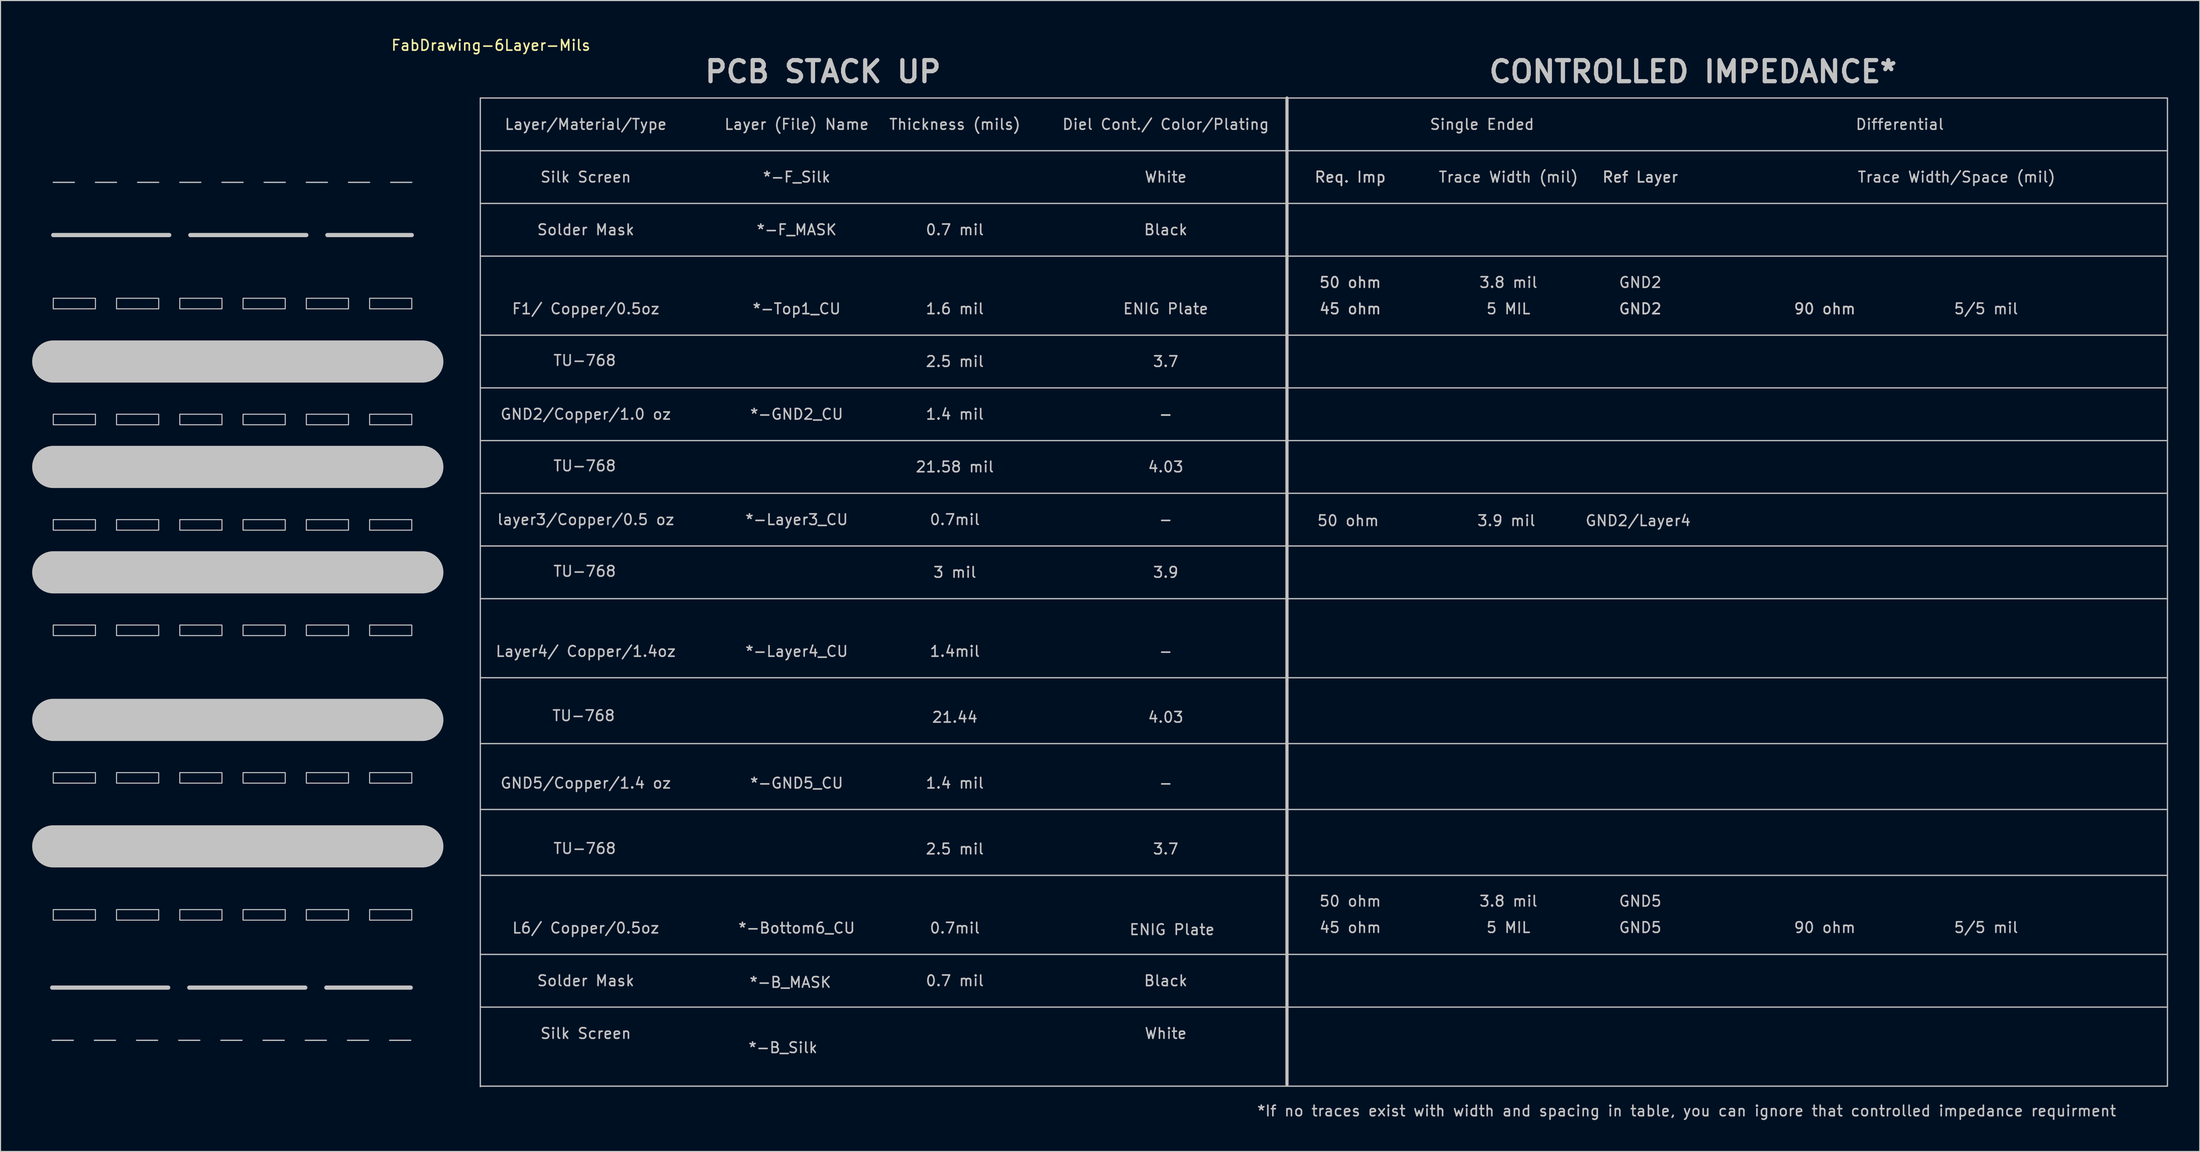
<source format=kicad_pcb>
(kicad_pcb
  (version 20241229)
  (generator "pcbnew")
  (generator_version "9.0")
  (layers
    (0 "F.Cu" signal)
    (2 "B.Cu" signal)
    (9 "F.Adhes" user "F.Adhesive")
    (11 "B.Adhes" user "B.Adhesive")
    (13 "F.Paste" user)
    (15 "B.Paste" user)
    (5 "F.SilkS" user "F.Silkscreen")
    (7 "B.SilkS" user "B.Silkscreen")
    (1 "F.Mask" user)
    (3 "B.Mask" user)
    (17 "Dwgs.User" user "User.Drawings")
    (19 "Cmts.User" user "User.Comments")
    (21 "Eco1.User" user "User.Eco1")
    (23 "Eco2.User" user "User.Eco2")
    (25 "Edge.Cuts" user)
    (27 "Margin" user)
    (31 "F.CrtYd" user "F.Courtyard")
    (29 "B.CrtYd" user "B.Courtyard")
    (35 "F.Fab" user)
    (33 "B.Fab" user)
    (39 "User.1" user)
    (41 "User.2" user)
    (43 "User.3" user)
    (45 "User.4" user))
  (footprint "FabDrawing-6Layer-Mils"
    (layer "F.Cu")
    (at 41 0.25)
    (property "Reference" "FabDrawing-6Layer-Mils" (at 2.5 1 0) (layer "F.SilkS") (effects (font (size 1 1) (thickness 0.15))))
    (attr exclude_from_pos_files exclude_from_bom)
    (fp_line (start -39.1 90.4) (end -28.1 90.4) (stroke (width 0.4) (type solid)) (layer "Dwgs.User"))
    (fp_line (start -39 19) (end -28 19) (stroke (width 0.4) (type solid)) (layer "Dwgs.User"))
    (fp_line (start -37.1 95.4) (end -39.1 95.4) (stroke (width 0.12) (type solid)) (layer "Dwgs.User"))
    (fp_line (start -37 14) (end -39 14) (stroke (width 0.12) (type solid)) (layer "Dwgs.User"))
    (fp_line (start -33.1 95.4) (end -35.1 95.4) (stroke (width 0.12) (type solid)) (layer "Dwgs.User"))
    (fp_line (start -33 14) (end -35 14) (stroke (width 0.12) (type solid)) (layer "Dwgs.User"))
    (fp_line (start -29.1 95.4) (end -31.1 95.4) (stroke (width 0.12) (type solid)) (layer "Dwgs.User"))
    (fp_line (start -29 14) (end -31 14) (stroke (width 0.12) (type solid)) (layer "Dwgs.User"))
    (fp_line (start -26.1 90.4) (end -15.1 90.4) (stroke (width 0.4) (type solid)) (layer "Dwgs.User"))
    (fp_line (start -26 19) (end -15 19) (stroke (width 0.4) (type solid)) (layer "Dwgs.User"))
    (fp_line (start -25.1 95.4) (end -27.1 95.4) (stroke (width 0.12) (type solid)) (layer "Dwgs.User"))
    (fp_line (start -25 14) (end -27 14) (stroke (width 0.12) (type solid)) (layer "Dwgs.User"))
    (fp_line (start -21.1 95.4) (end -23.1 95.4) (stroke (width 0.12) (type solid)) (layer "Dwgs.User"))
    (fp_line (start -21 14) (end -23 14) (stroke (width 0.12) (type solid)) (layer "Dwgs.User"))
    (fp_line (start -17.1 95.4) (end -19.1 95.4) (stroke (width 0.12) (type solid)) (layer "Dwgs.User"))
    (fp_line (start -17 14) (end -19 14) (stroke (width 0.12) (type solid)) (layer "Dwgs.User"))
    (fp_line (start -13.1 90.4) (end -5.1 90.4) (stroke (width 0.4) (type solid)) (layer "Dwgs.User"))
    (fp_line (start -13.1 95.4) (end -15.1 95.4) (stroke (width 0.12) (type solid)) (layer "Dwgs.User"))
    (fp_line (start -13 14) (end -15 14) (stroke (width 0.12) (type solid)) (layer "Dwgs.User"))
    (fp_line (start -13 19) (end -5 19) (stroke (width 0.4) (type solid)) (layer "Dwgs.User"))
    (fp_line (start -9.1 95.4) (end -11.1 95.4) (stroke (width 0.12) (type solid)) (layer "Dwgs.User"))
    (fp_line (start -9 14) (end -11 14) (stroke (width 0.12) (type solid)) (layer "Dwgs.User"))
    (fp_line (start -5.1 95.4) (end -7.1 95.4) (stroke (width 0.12) (type solid)) (layer "Dwgs.User"))
    (fp_line (start -5 14) (end -7 14) (stroke (width 0.12) (type solid)) (layer "Dwgs.User"))
    (fp_line (start -4 31) (end -39 31) (stroke (width 4) (type solid)) (layer "Dwgs.User"))
    (fp_line (start -4 41) (end -39 41) (stroke (width 4) (type solid)) (layer "Dwgs.User"))
    (fp_line (start -4 51) (end -39 51) (stroke (width 4) (type solid)) (layer "Dwgs.User"))
    (fp_line (start -4 65) (end -39 65) (stroke (width 4) (type solid)) (layer "Dwgs.User"))
    (fp_line (start -4 77) (end -39 77) (stroke (width 4) (type solid)) (layer "Dwgs.User"))
    (fp_line (start 1.5 6) (end 1.5 99.8) (stroke (width 0.12) (type solid)) (layer "Dwgs.User"))
    (fp_line (start 1.5 6) (end 161.5 6) (stroke (width 0.12) (type solid)) (layer "Dwgs.User"))
    (fp_line (start 1.5 11) (end 161.5 11) (stroke (width 0.12) (type solid)) (layer "Dwgs.User"))
    (fp_line (start 1.5 16) (end 161.5 16) (stroke (width 0.12) (type solid)) (layer "Dwgs.User"))
    (fp_line (start 1.5 21) (end 161.5 21) (stroke (width 0.12) (type solid)) (layer "Dwgs.User"))
    (fp_line (start 1.5 28.5) (end 161.5 28.5) (stroke (width 0.12) (type solid)) (layer "Dwgs.User"))
    (fp_line (start 1.5 33.5) (end 161.5 33.5) (stroke (width 0.12) (type solid)) (layer "Dwgs.User"))
    (fp_line (start 1.5 38.5) (end 161.5 38.5) (stroke (width 0.12) (type solid)) (layer "Dwgs.User"))
    (fp_line (start 1.5 43.5) (end 161.5 43.5) (stroke (width 0.12) (type solid)) (layer "Dwgs.User"))
    (fp_line (start 1.5 48.5) (end 161.5 48.5) (stroke (width 0.12) (type solid)) (layer "Dwgs.User"))
    (fp_line (start 1.5 53.5) (end 161.5 53.5) (stroke (width 0.12) (type solid)) (layer "Dwgs.User"))
    (fp_line (start 1.5 61) (end 161.5 61) (stroke (width 0.12) (type solid)) (layer "Dwgs.User"))
    (fp_line (start 1.5 67.25) (end 161.5 67.25) (stroke (width 0.12) (type solid)) (layer "Dwgs.User"))
    (fp_line (start 1.5 73.5) (end 161.5 73.5) (stroke (width 0.12) (type solid)) (layer "Dwgs.User"))
    (fp_line (start 1.5 79.75) (end 161.5 79.75) (stroke (width 0.12) (type solid)) (layer "Dwgs.User"))
    (fp_line (start 1.5 87.25) (end 161.5 87.25) (stroke (width 0.12) (type solid)) (layer "Dwgs.User"))
    (fp_line (start 1.5 92.25) (end 161.5 92.25) (stroke (width 0.12) (type solid)) (layer "Dwgs.User"))
    (fp_line (start 1.5 99.75) (end 161.5 99.75) (stroke (width 0.12) (type solid)) (layer "Dwgs.User"))
    (fp_line (start 78 6) (end 78 99.6) (stroke (width 0.3) (type solid)) (layer "Dwgs.User"))
    (fp_line (start 161.5 6) (end 161.5 99.7) (stroke (width 0.12) (type solid)) (layer "Dwgs.User"))
    (fp_poly (pts (xy -35 26) (xy -39 26) (xy -39 25) (xy -35 25)) (stroke (width 0.1) (type solid)) (fill no) (layer "Dwgs.User"))
    (fp_poly (pts (xy -35 37) (xy -39 37) (xy -39 36) (xy -35 36)) (stroke (width 0.1) (type solid)) (fill no) (layer "Dwgs.User"))
    (fp_poly (pts (xy -35 47) (xy -39 47) (xy -39 46) (xy -35 46)) (stroke (width 0.1) (type solid)) (fill no) (layer "Dwgs.User"))
    (fp_poly (pts (xy -35 57) (xy -39 57) (xy -39 56) (xy -35 56)) (stroke (width 0.1) (type solid)) (fill no) (layer "Dwgs.User"))
    (fp_poly (pts (xy -35 71) (xy -39 71) (xy -39 70) (xy -35 70)) (stroke (width 0.1) (type solid)) (fill no) (layer "Dwgs.User"))
    (fp_poly (pts (xy -35 84) (xy -39 84) (xy -39 83) (xy -35 83)) (stroke (width 0.1) (type solid)) (fill no) (layer "Dwgs.User"))
    (fp_poly (pts (xy -29 26) (xy -33 26) (xy -33 25) (xy -29 25)) (stroke (width 0.1) (type solid)) (fill no) (layer "Dwgs.User"))
    (fp_poly (pts (xy -29 37) (xy -33 37) (xy -33 36) (xy -29 36)) (stroke (width 0.1) (type solid)) (fill no) (layer "Dwgs.User"))
    (fp_poly (pts (xy -29 47) (xy -33 47) (xy -33 46) (xy -29 46)) (stroke (width 0.1) (type solid)) (fill no) (layer "Dwgs.User"))
    (fp_poly (pts (xy -29 57) (xy -33 57) (xy -33 56) (xy -29 56)) (stroke (width 0.1) (type solid)) (fill no) (layer "Dwgs.User"))
    (fp_poly (pts (xy -29 71) (xy -33 71) (xy -33 70) (xy -29 70)) (stroke (width 0.1) (type solid)) (fill no) (layer "Dwgs.User"))
    (fp_poly (pts (xy -29 84) (xy -33 84) (xy -33 83) (xy -29 83)) (stroke (width 0.1) (type solid)) (fill no) (layer "Dwgs.User"))
    (fp_poly (pts (xy -23 26) (xy -27 26) (xy -27 25) (xy -23 25)) (stroke (width 0.1) (type solid)) (fill no) (layer "Dwgs.User"))
    (fp_poly (pts (xy -23 37) (xy -27 37) (xy -27 36) (xy -23 36)) (stroke (width 0.1) (type solid)) (fill no) (layer "Dwgs.User"))
    (fp_poly (pts (xy -23 47) (xy -27 47) (xy -27 46) (xy -23 46)) (stroke (width 0.1) (type solid)) (fill no) (layer "Dwgs.User"))
    (fp_poly (pts (xy -23 57) (xy -27 57) (xy -27 56) (xy -23 56)) (stroke (width 0.1) (type solid)) (fill no) (layer "Dwgs.User"))
    (fp_poly (pts (xy -23 71) (xy -27 71) (xy -27 70) (xy -23 70)) (stroke (width 0.1) (type solid)) (fill no) (layer "Dwgs.User"))
    (fp_poly (pts (xy -23 84) (xy -27 84) (xy -27 83) (xy -23 83)) (stroke (width 0.1) (type solid)) (fill no) (layer "Dwgs.User"))
    (fp_poly (pts (xy -17 26) (xy -21 26) (xy -21 25) (xy -17 25)) (stroke (width 0.1) (type solid)) (fill no) (layer "Dwgs.User"))
    (fp_poly (pts (xy -17 37) (xy -21 37) (xy -21 36) (xy -17 36)) (stroke (width 0.1) (type solid)) (fill no) (layer "Dwgs.User"))
    (fp_poly (pts (xy -17 47) (xy -21 47) (xy -21 46) (xy -17 46)) (stroke (width 0.1) (type solid)) (fill no) (layer "Dwgs.User"))
    (fp_poly (pts (xy -17 57) (xy -21 57) (xy -21 56) (xy -17 56)) (stroke (width 0.1) (type solid)) (fill no) (layer "Dwgs.User"))
    (fp_poly (pts (xy -17 71) (xy -21 71) (xy -21 70) (xy -17 70)) (stroke (width 0.1) (type solid)) (fill no) (layer "Dwgs.User"))
    (fp_poly (pts (xy -17 84) (xy -21 84) (xy -21 83) (xy -17 83)) (stroke (width 0.1) (type solid)) (fill no) (layer "Dwgs.User"))
    (fp_poly (pts (xy -11 26) (xy -15 26) (xy -15 25) (xy -11 25)) (stroke (width 0.1) (type solid)) (fill no) (layer "Dwgs.User"))
    (fp_poly (pts (xy -11 37) (xy -15 37) (xy -15 36) (xy -11 36)) (stroke (width 0.1) (type solid)) (fill no) (layer "Dwgs.User"))
    (fp_poly (pts (xy -11 47) (xy -15 47) (xy -15 46) (xy -11 46)) (stroke (width 0.1) (type solid)) (fill no) (layer "Dwgs.User"))
    (fp_poly (pts (xy -11 57) (xy -15 57) (xy -15 56) (xy -11 56)) (stroke (width 0.1) (type solid)) (fill no) (layer "Dwgs.User"))
    (fp_poly (pts (xy -11 71) (xy -15 71) (xy -15 70) (xy -11 70)) (stroke (width 0.1) (type solid)) (fill no) (layer "Dwgs.User"))
    (fp_poly (pts (xy -11 84) (xy -15 84) (xy -15 83) (xy -11 83)) (stroke (width 0.1) (type solid)) (fill no) (layer "Dwgs.User"))
    (fp_poly (pts (xy -5 26) (xy -9 26) (xy -9 25) (xy -5 25)) (stroke (width 0.1) (type solid)) (fill no) (layer "Dwgs.User"))
    (fp_poly (pts (xy -5 37) (xy -9 37) (xy -9 36) (xy -5 36)) (stroke (width 0.1) (type solid)) (fill no) (layer "Dwgs.User"))
    (fp_poly (pts (xy -5 47) (xy -9 47) (xy -9 46) (xy -5 46)) (stroke (width 0.1) (type solid)) (fill no) (layer "Dwgs.User"))
    (fp_poly (pts (xy -5 57) (xy -9 57) (xy -9 56) (xy -5 56)) (stroke (width 0.1) (type solid)) (fill no) (layer "Dwgs.User"))
    (fp_poly (pts (xy -5 71) (xy -9 71) (xy -9 70) (xy -5 70)) (stroke (width 0.1) (type solid)) (fill no) (layer "Dwgs.User"))
    (fp_poly (pts (xy -5 84) (xy -9 84) (xy -9 83) (xy -5 83)) (stroke (width 0.1) (type solid)) (fill no) (layer "Dwgs.User"))
    (fp_text user "Silk Screen" (at 11.5 13.5 0) (layer "Dwgs.User") (effects (font (size 1 1) (thickness 0.15))))
    (fp_text user "GND5" (at 111.5 84.7 0) (layer "Dwgs.User") (effects (font (size 1 1) (thickness 0.15))))
    (fp_text user "50 ohm" (at 84 82.2 0) (layer "Dwgs.User") (effects (font (size 1 1) (thickness 0.15))))
    (fp_text user "21.44" (at 46.5 64.75 0) (layer "Dwgs.User") (effects (font (size 1 1) (thickness 0.15))))
    (fp_text user "GND2" (at 111.5 23.5 0) (layer "Dwgs.User") (effects (font (size 1 1) (thickness 0.15))))
    (fp_text user "3.8 mil" (at 99 23.5 0) (layer "Dwgs.User") (effects (font (size 1 1) (thickness 0.15))))
    (fp_text user "5 MIL" (at 99 26 0) (layer "Dwgs.User") (effects (font (size 1 1) (thickness 0.15))))
    (fp_text user "GND2/Layer4" (at 111.3 46.1 0) (layer "Dwgs.User") (effects (font (size 1 1) (thickness 0.15))))
    (fp_text user "ENIG Plate" (at 66.5 26 0) (layer "Dwgs.User") (effects (font (size 1 1) (thickness 0.15))))
    (fp_text user "TU-768" (at 11.4 30.9 0) (layer "Dwgs.User") (effects (font (size 1 1) (thickness 0.15))))
    (fp_text user "90 ohm" (at 129 26 0) (layer "Dwgs.User") (effects (font (size 1 1) (thickness 0.15))))
    (fp_text user "L6/ Copper/0.5oz" (at 11.5 84.75 0) (layer "Dwgs.User") (effects (font (size 1 1) (thickness 0.15))))
    (fp_text user "2.5 mil" (at 46.5 77.25 0) (layer "Dwgs.User") (effects (font (size 1 1) (thickness 0.15))))
    (fp_text user "White" (at 66.5 13.5 0) (layer "Dwgs.User") (effects (font (size 1 1) (thickness 0.15))))
    (fp_text user "Thickness (mils)" (at 46.5 8.5 0) (layer "Dwgs.User") (effects (font (size 1 1) (thickness 0.15))))
    (fp_text user "5/5 mil" (at 144.3 84.7 0) (layer "Dwgs.User") (effects (font (size 1 1) (thickness 0.15))))
    (fp_text user "TU-768" (at 11.3 64.6 0) (layer "Dwgs.User") (effects (font (size 1 1) (thickness 0.15))))
    (fp_text user "GND2" (at 111.5 26 0) (layer "Dwgs.User") (effects (font (size 1 1) (thickness 0.15))))
    (fp_text user "*-GND5_CU" (at 31.5 71 0) (layer "Dwgs.User") (effects (font (size 1 1) (thickness 0.15))))
    (fp_text user "45 ohm" (at 84 26 0) (layer "Dwgs.User") (effects (font (size 1 1) (thickness 0.15))))
    (fp_text user "*-GND2_CU" (at 31.5 36 0) (layer "Dwgs.User") (effects (font (size 1 1) (thickness 0.15))))
    (fp_text user "-" (at 66.5 46 0) (layer "Dwgs.User") (effects (font (size 1 1) (thickness 0.15))))
    (fp_text user "1.4 mil" (at 46.5 71 0) (layer "Dwgs.User") (effects (font (size 1 1) (thickness 0.15))))
    (fp_text user "0.7 mil" (at 46.5 89.75 0) (layer "Dwgs.User") (effects (font (size 1 1) (thickness 0.15))))
    (fp_text user "5 MIL" (at 99 84.7 0) (layer "Dwgs.User") (effects (font (size 1 1) (thickness 0.15))))
    (fp_text user "-" (at 66.5 58.5 0) (layer "Dwgs.User") (effects (font (size 1 1) (thickness 0.15))))
    (fp_text user "Black" (at 66.5 18.5 0) (layer "Dwgs.User") (effects (font (size 1 1) (thickness 0.15))))
    (fp_text user "2.5 mil" (at 46.5 31 0) (layer "Dwgs.User") (effects (font (size 1 1) (thickness 0.15))))
    (fp_text user "-" (at 66.5 71 0) (layer "Dwgs.User") (effects (font (size 1 1) (thickness 0.15))))
    (fp_text user "GND2" (at 111.5 26 0) (layer "Dwgs.User") (effects (font (size 1 1) (thickness 0.15))))
    (fp_text user "Trace Width/Space (mil)" (at 141.5 13.5 0) (layer "Dwgs.User") (effects (font (size 1 1) (thickness 0.15))))
    (fp_text user "45 ohm" (at 84 84.7 0) (layer "Dwgs.User") (effects (font (size 1 1) (thickness 0.15))))
    (fp_text user "GND5/Copper/1.4 oz" (at 11.5 71 0) (layer "Dwgs.User") (effects (font (size 1 1) (thickness 0.15))))
    (fp_text user "White" (at 66.5 94.75 0) (layer "Dwgs.User") (effects (font (size 1 1) (thickness 0.15))))
    (fp_text user "1.4 mil" (at 46.5 36 0) (layer "Dwgs.User") (effects (font (size 1 1) (thickness 0.15))))
    (fp_text user "*If no traces exist with width and spacing in table, you can ignore that controlled impedance requirment" (at 115.9 102.1 0) (layer "Dwgs.User") (effects (font (size 1 1) (thickness 0.15))))
    (fp_text user "Silk Screen" (at 11.5 94.75 0) (layer "Dwgs.User") (effects (font (size 1 1) (thickness 0.15))))
    (fp_text user "Trace Width (mil)" (at 99 13.5 0) (layer "Dwgs.User") (effects (font (size 1 1) (thickness 0.15))))
    (fp_text user "4.03" (at 66.5 64.75 0) (layer "Dwgs.User") (effects (font (size 1 1) (thickness 0.15))))
    (fp_text user "21.58 mil" (at 46.5 41 0) (layer "Dwgs.User") (effects (font (size 1 1) (thickness 0.15))))
    (fp_text user "GND2/Copper/1.0 oz" (at 11.5 36 0) (layer "Dwgs.User") (effects (font (size 1 1) (thickness 0.15))))
    (fp_text user "*-B_Silk" (at 30.2 96.1 0) (layer "Dwgs.User") (effects (font (size 1 1) (thickness 0.15))))
    (fp_text user "Solder Mask" (at 11.5 89.75 0) (layer "Dwgs.User") (effects (font (size 1 1) (thickness 0.15))))
    (fp_text user "F1/ Copper/0.5oz" (at 11.5 26 0) (layer "Dwgs.User") (effects (font (size 1 1) (thickness 0.15))))
    (fp_text user "Solder Mask" (at 11.5 18.5 0) (layer "Dwgs.User") (effects (font (size 1 1) (thickness 0.15))))
    (fp_text user "Layer4/ Copper/1.4oz" (at 11.5 58.5 0) (layer "Dwgs.User") (effects (font (size 1 1) (thickness 0.15))))
    (fp_text user "3 mil" (at 46.5 51 0) (layer "Dwgs.User") (effects (font (size 1 1) (thickness 0.15))))
    (fp_text user "layer3/Copper/0.5 oz" (at 11.5 46 0) (layer "Dwgs.User") (effects (font (size 1 1) (thickness 0.15))))
    (fp_text user "3.7" (at 66.5 77.25 0) (layer "Dwgs.User") (effects (font (size 1 1) (thickness 0.15))))
    (fp_text user "*-Top1_CU" (at 31.5 26 0) (layer "Dwgs.User") (effects (font (size 1 1) (thickness 0.15))))
    (fp_text user "Black" (at 66.5 89.75 0) (layer "Dwgs.User") (effects (font (size 1 1) (thickness 0.15))))
    (fp_text user "3.9 mil" (at 98.8 46.1 0) (layer "Dwgs.User") (effects (font (size 1 1) (thickness 0.15))))
    (fp_text user "50 ohm" (at 84 23.5 0) (layer "Dwgs.User") (effects (font (size 1 1) (thickness 0.15))))
    (fp_text user "*-F_MASK" (at 31.5 18.5 0) (layer "Dwgs.User") (effects (font (size 1 1) (thickness 0.15))))
    (fp_text user "45 ohm" (at 84 26 0) (layer "Dwgs.User") (effects (font (size 1 1) (thickness 0.15))))
    (fp_text user "3.9" (at 66.5 51 0) (layer "Dwgs.User") (effects (font (size 1 1) (thickness 0.15))))
    (fp_text user "0.7 mil" (at 46.5 18.5 0) (layer "Dwgs.User") (effects (font (size 1 1) (thickness 0.15))))
    (fp_text user "Ref Layer" (at 111.5 13.5 0) (layer "Dwgs.User") (effects (font (size 1 1) (thickness 0.15))))
    (fp_text user "*-Bottom6_CU" (at 31.5 84.75 0) (layer "Dwgs.User") (effects (font (size 1 1) (thickness 0.15))))
    (fp_text user "*-Layer3_CU" (at 31.5 46 0) (layer "Dwgs.User") (effects (font (size 1 1) (thickness 0.15))))
    (fp_text user "GND5" (at 111.5 82.2 0) (layer "Dwgs.User") (effects (font (size 1 1) (thickness 0.15))))
    (fp_text user "90 ohm" (at 129 26 0) (layer "Dwgs.User") (effects (font (size 1 1) (thickness 0.15))))
    (fp_text user "-" (at 66.5 36 0) (layer "Dwgs.User") (effects (font (size 1 1) (thickness 0.15))))
    (fp_text user "Req. Imp" (at 84 13.5 0) (layer "Dwgs.User") (effects (font (size 1 1) (thickness 0.15))))
    (fp_text user "1.6 mil" (at 46.5 26 0) (layer "Dwgs.User") (effects (font (size 1 1) (thickness 0.15))))
    (fp_text user "Single Ended" (at 96.5 8.5 0) (layer "Dwgs.User") (effects (font (size 1 1) (thickness 0.15))))
    (fp_text user "Diel Cont./ Color/Plating" (at 66.5 8.5 0) (layer "Dwgs.User") (effects (font (size 1 1) (thickness 0.15))))
    (fp_text user "Req. Imp" (at 84 13.5 0) (layer "Dwgs.User") (effects (font (size 1 1) (thickness 0.15))))
    (fp_text user "PCB STACK UP" (at 34 3.5 0) (layer "Dwgs.User") (effects (font (size 2 2) (thickness 0.4))))
    (fp_text user "TU-768" (at 11.4 40.9 0) (layer "Dwgs.User") (effects (font (size 1 1) (thickness 0.15))))
    (fp_text user "3.8 mil" (at 99 82.2 0) (layer "Dwgs.User") (effects (font (size 1 1) (thickness 0.15))))
    (fp_text user "ENIG Plate" (at 67.1 84.9 0) (layer "Dwgs.User") (effects (font (size 1 1) (thickness 0.15))))
    (fp_text user "1.4mil" (at 46.5 58.5 0) (layer "Dwgs.User") (effects (font (size 1 1) (thickness 0.15))))
    (fp_text user "TU-768" (at 11.4 50.9 0) (layer "Dwgs.User") (effects (font (size 1 1) (thickness 0.15))))
    (fp_text user "50 ohm" (at 84 23.5 0) (layer "Dwgs.User") (effects (font (size 1 1) (thickness 0.15))))
    (fp_text user "-" (at 66.5 36 0) (layer "Dwgs.User") (effects (font (size 1 1) (thickness 0.15))))
    (fp_text user "0.7mil" (at 46.5 46 0) (layer "Dwgs.User") (effects (font (size 1 1) (thickness 0.15))))
    (fp_text user "*-F_Silk" (at 31.5 13.5 0) (layer "Dwgs.User") (effects (font (size 1 1) (thickness 0.15))))
    (fp_text user "CONTROLLED IMPEDANCE*" (at 116.5 3.5 0) (layer "Dwgs.User") (effects (font (size 2 2) (thickness 0.4))))
    (fp_text user "Layer/Material/Type" (at 11.5 8.5 0) (layer "Dwgs.User") (effects (font (size 1 1) (thickness 0.15))))
    (fp_text user "3.7" (at 66.5 31 0) (layer "Dwgs.User") (effects (font (size 1 1) (thickness 0.15))))
    (fp_text user "Layer (File) Name" (at 31.5 8.5 0) (layer "Dwgs.User") (effects (font (size 1 1) (thickness 0.15))))
    (fp_text user "50 ohm" (at 83.8 46.1 0) (layer "Dwgs.User") (effects (font (size 1 1) (thickness 0.15))))
    (fp_text user "*-Layer4_CU" (at 31.5 58.5 0) (layer "Dwgs.User") (effects (font (size 1 1) (thickness 0.15))))
    (fp_text user "5/5 mil" (at 144.3 26 0) (layer "Dwgs.User") (effects (font (size 1 1) (thickness 0.15))))
    (fp_text user "*-B_MASK" (at 30.9 89.9 0) (layer "Dwgs.User") (effects (font (size 1 1) (thickness 0.15))))
    (fp_text user "0.7mil" (at 46.5 84.75 0) (layer "Dwgs.User") (effects (font (size 1 1) (thickness 0.15))))
    (fp_text user "4.03" (at 66.5 41 0) (layer "Dwgs.User") (effects (font (size 1 1) (thickness 0.15))))
    (fp_text user "90 ohm" (at 129 84.7 0) (layer "Dwgs.User") (effects (font (size 1 1) (thickness 0.15))))
    (fp_text user "TU-768" (at 11.4 77.2 0) (layer "Dwgs.User") (effects (font (size 1 1) (thickness 0.15))))
    (fp_text user "Ref Layer" (at 111.5 13.5 0) (layer "Dwgs.User") (effects (font (size 1 1) (thickness 0.15))))
    (fp_text user "Differential " (at 136.5 8.5 0) (layer "Dwgs.User") (effects (font (size 1 1) (thickness 0.15)))))
  (gr_rect
    (start -3 -3)
    (end 205.56 106.198)
    (stroke (width 0.1) (type default))
    (fill no)
    (layer "Edge.Cuts")))
</source>
